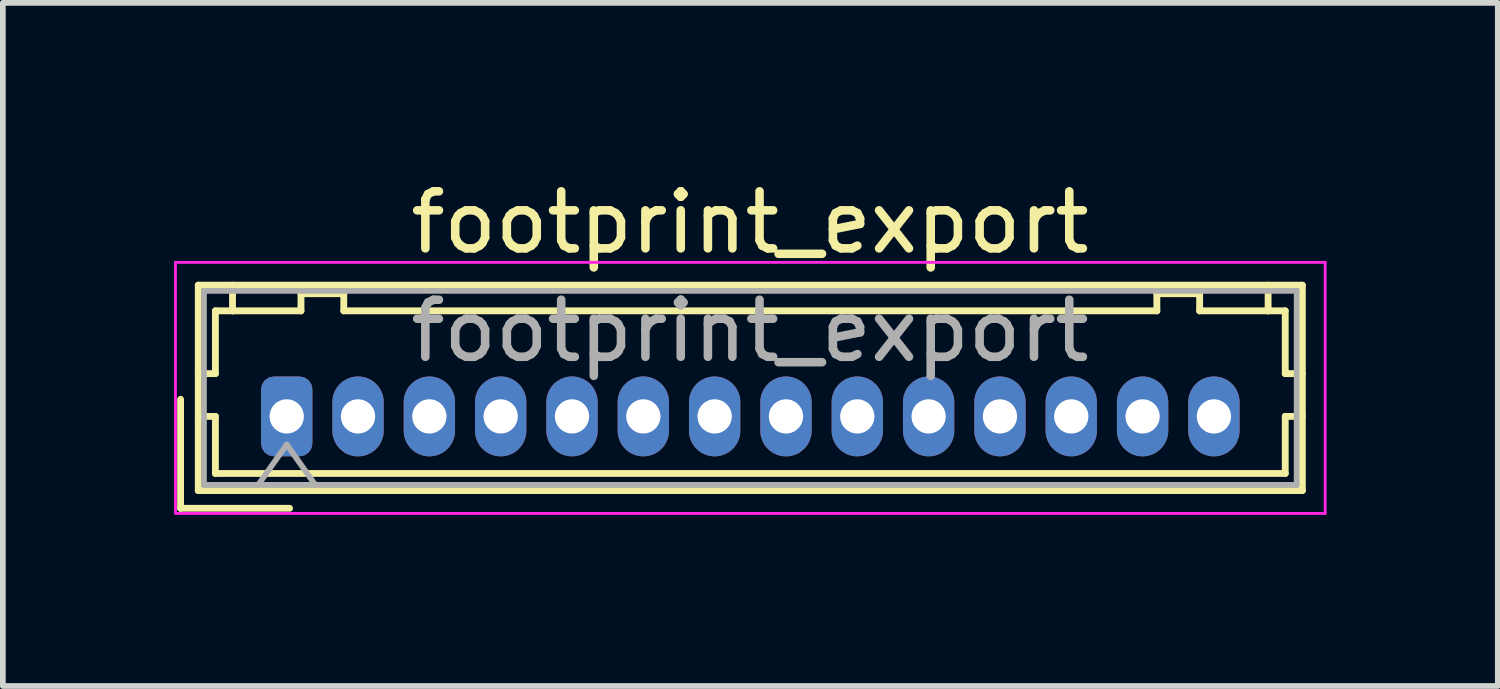
<source format=kicad_pcb>
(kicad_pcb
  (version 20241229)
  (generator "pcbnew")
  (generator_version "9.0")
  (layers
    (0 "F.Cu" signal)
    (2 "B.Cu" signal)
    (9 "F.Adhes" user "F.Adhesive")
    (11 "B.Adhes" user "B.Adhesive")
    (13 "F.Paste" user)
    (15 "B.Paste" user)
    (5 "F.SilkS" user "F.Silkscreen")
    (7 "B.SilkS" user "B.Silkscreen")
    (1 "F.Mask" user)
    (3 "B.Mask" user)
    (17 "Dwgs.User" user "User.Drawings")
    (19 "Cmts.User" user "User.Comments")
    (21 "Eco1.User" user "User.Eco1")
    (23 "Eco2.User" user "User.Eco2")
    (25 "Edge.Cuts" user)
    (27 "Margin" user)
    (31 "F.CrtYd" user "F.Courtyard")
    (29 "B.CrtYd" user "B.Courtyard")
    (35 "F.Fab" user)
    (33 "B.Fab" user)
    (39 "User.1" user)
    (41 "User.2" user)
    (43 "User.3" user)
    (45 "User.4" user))
  (footprint "footprint_export"
    (layer "F.Cu")
    (at 1.975 4.248)
    (property "Reference" "footprint_export" (at 8.12 -3.4 0) (layer "F.SilkS") (effects (font (size 1 1) (thickness 0.15))))
    (attr through_hole)
    (fp_line (start -1.86 -0.3) (end -1.86 1.61) (stroke (width 0.12) (type solid)) (layer "F.SilkS"))
    (fp_line (start -1.86 1.61) (end 0.05 1.61) (stroke (width 0.12) (type solid)) (layer "F.SilkS"))
    (fp_line (start -1.55 -2.3) (end -1.55 1.3) (stroke (width 0.12) (type solid)) (layer "F.SilkS"))
    (fp_line (start -1.55 -0.75) (end -1.25 -0.75) (stroke (width 0.12) (type solid)) (layer "F.SilkS"))
    (fp_line (start -1.55 0) (end -1.25 0) (stroke (width 0.12) (type solid)) (layer "F.SilkS"))
    (fp_line (start -1.55 1.3) (end 17.8 1.3) (stroke (width 0.12) (type solid)) (layer "F.SilkS"))
    (fp_line (start -1.25 -1.85) (end -0.95 -1.85) (stroke (width 0.12) (type solid)) (layer "F.SilkS"))
    (fp_line (start -1.25 -0.75) (end -1.25 -1.85) (stroke (width 0.12) (type solid)) (layer "F.SilkS"))
    (fp_line (start -1.25 0) (end -1.25 1) (stroke (width 0.12) (type solid)) (layer "F.SilkS"))
    (fp_line (start -1.25 1) (end 17.5 1) (stroke (width 0.12) (type solid)) (layer "F.SilkS"))
    (fp_line (start -0.95 -1.85) (end -0.95 -2.3) (stroke (width 0.12) (type solid)) (layer "F.SilkS"))
    (fp_line (start -0.95 -1.85) (end 0.25 -1.85) (stroke (width 0.12) (type solid)) (layer "F.SilkS"))
    (fp_line (start 0.25 -2.15) (end 1 -2.15) (stroke (width 0.12) (type solid)) (layer "F.SilkS"))
    (fp_line (start 0.25 -1.85) (end 0.25 -2.15) (stroke (width 0.12) (type solid)) (layer "F.SilkS"))
    (fp_line (start 1 -2.15) (end 1 -1.85) (stroke (width 0.12) (type solid)) (layer "F.SilkS"))
    (fp_line (start 1 -1.85) (end 15.25 -1.85) (stroke (width 0.12) (type solid)) (layer "F.SilkS"))
    (fp_line (start 15.25 -2.15) (end 16 -2.15) (stroke (width 0.12) (type solid)) (layer "F.SilkS"))
    (fp_line (start 15.25 -1.85) (end 15.25 -2.15) (stroke (width 0.12) (type solid)) (layer "F.SilkS"))
    (fp_line (start 16 -2.15) (end 16 -1.85) (stroke (width 0.12) (type solid)) (layer "F.SilkS"))
    (fp_line (start 16 -1.85) (end 17.2 -1.85) (stroke (width 0.12) (type solid)) (layer "F.SilkS"))
    (fp_line (start 17.2 -1.85) (end 17.2 -2.3) (stroke (width 0.12) (type solid)) (layer "F.SilkS"))
    (fp_line (start 17.5 -1.85) (end 17.2 -1.85) (stroke (width 0.12) (type solid)) (layer "F.SilkS"))
    (fp_line (start 17.5 -0.75) (end 17.5 -1.85) (stroke (width 0.12) (type solid)) (layer "F.SilkS"))
    (fp_line (start 17.5 0) (end 17.8 0) (stroke (width 0.12) (type solid)) (layer "F.SilkS"))
    (fp_line (start 17.5 1) (end 17.5 0) (stroke (width 0.12) (type solid)) (layer "F.SilkS"))
    (fp_line (start 17.8 -2.3) (end -1.55 -2.3) (stroke (width 0.12) (type solid)) (layer "F.SilkS"))
    (fp_line (start 17.8 -0.75) (end 17.5 -0.75) (stroke (width 0.12) (type solid)) (layer "F.SilkS"))
    (fp_line (start 17.8 1.3) (end 17.8 -2.3) (stroke (width 0.12) (type solid)) (layer "F.SilkS"))
    (fp_line (start -1.95 -2.7) (end -1.95 1.7) (stroke (width 0.05) (type solid)) (layer "F.CrtYd"))
    (fp_line (start -1.95 1.7) (end 18.2 1.7) (stroke (width 0.05) (type solid)) (layer "F.CrtYd"))
    (fp_line (start 18.2 -2.7) (end -1.95 -2.7) (stroke (width 0.05) (type solid)) (layer "F.CrtYd"))
    (fp_line (start 18.2 1.7) (end 18.2 -2.7) (stroke (width 0.05) (type solid)) (layer "F.CrtYd"))
    (fp_line (start -1.45 -2.2) (end -1.45 1.2) (stroke (width 0.1) (type solid)) (layer "F.Fab"))
    (fp_line (start -1.45 1.2) (end 17.7 1.2) (stroke (width 0.1) (type solid)) (layer "F.Fab"))
    (fp_line (start -0.5 1.2) (end 0 0.493) (stroke (width 0.1) (type solid)) (layer "F.Fab"))
    (fp_line (start 0 0.493) (end 0.5 1.2) (stroke (width 0.1) (type solid)) (layer "F.Fab"))
    (fp_line (start 17.7 -2.2) (end -1.45 -2.2) (stroke (width 0.1) (type solid)) (layer "F.Fab"))
    (fp_line (start 17.7 1.2) (end 17.7 -2.2) (stroke (width 0.1) (type solid)) (layer "F.Fab"))
    (fp_text user "${REFERENCE}" (at 8.12 -1.5 0) (layer "F.Fab") (effects (font (size 1 1) (thickness 0.15))))
    (pad "1" thru_hole roundrect (at 0 0) (size 0.9 1.4) (drill 0.6) (layers "*.Cu" "*.Mask") (roundrect_rratio 0.25))
    (pad "2" thru_hole oval (at 1.25 0) (size 0.9 1.4) (drill 0.6) (layers "*.Cu" "*.Mask"))
    (pad "3" thru_hole oval (at 2.5 0) (size 0.9 1.4) (drill 0.6) (layers "*.Cu" "*.Mask"))
    (pad "4" thru_hole oval (at 3.75 0) (size 0.9 1.4) (drill 0.6) (layers "*.Cu" "*.Mask"))
    (pad "5" thru_hole oval (at 5 0) (size 0.9 1.4) (drill 0.6) (layers "*.Cu" "*.Mask"))
    (pad "6" thru_hole oval (at 6.25 0) (size 0.9 1.4) (drill 0.6) (layers "*.Cu" "*.Mask"))
    (pad "7" thru_hole oval (at 7.5 0) (size 0.9 1.4) (drill 0.6) (layers "*.Cu" "*.Mask"))
    (pad "8" thru_hole oval (at 8.75 0) (size 0.9 1.4) (drill 0.6) (layers "*.Cu" "*.Mask"))
    (pad "9" thru_hole oval (at 10 0) (size 0.9 1.4) (drill 0.6) (layers "*.Cu" "*.Mask"))
    (pad "10" thru_hole oval (at 11.25 0) (size 0.9 1.4) (drill 0.6) (layers "*.Cu" "*.Mask"))
    (pad "11" thru_hole oval (at 12.5 0) (size 0.9 1.4) (drill 0.6) (layers "*.Cu" "*.Mask"))
    (pad "12" thru_hole oval (at 13.75 0) (size 0.9 1.4) (drill 0.6) (layers "*.Cu" "*.Mask"))
    (pad "13" thru_hole oval (at 15 0) (size 0.9 1.4) (drill 0.6) (layers "*.Cu" "*.Mask"))
    (pad "14" thru_hole oval (at 16.25 0) (size 0.9 1.4) (drill 0.6) (layers "*.Cu" "*.Mask")))
  (gr_rect
    (start -3 -3)
    (end 23.2 8.973)
    (stroke (width 0.1) (type default))
    (fill no)
    (layer "Edge.Cuts")))
</source>
